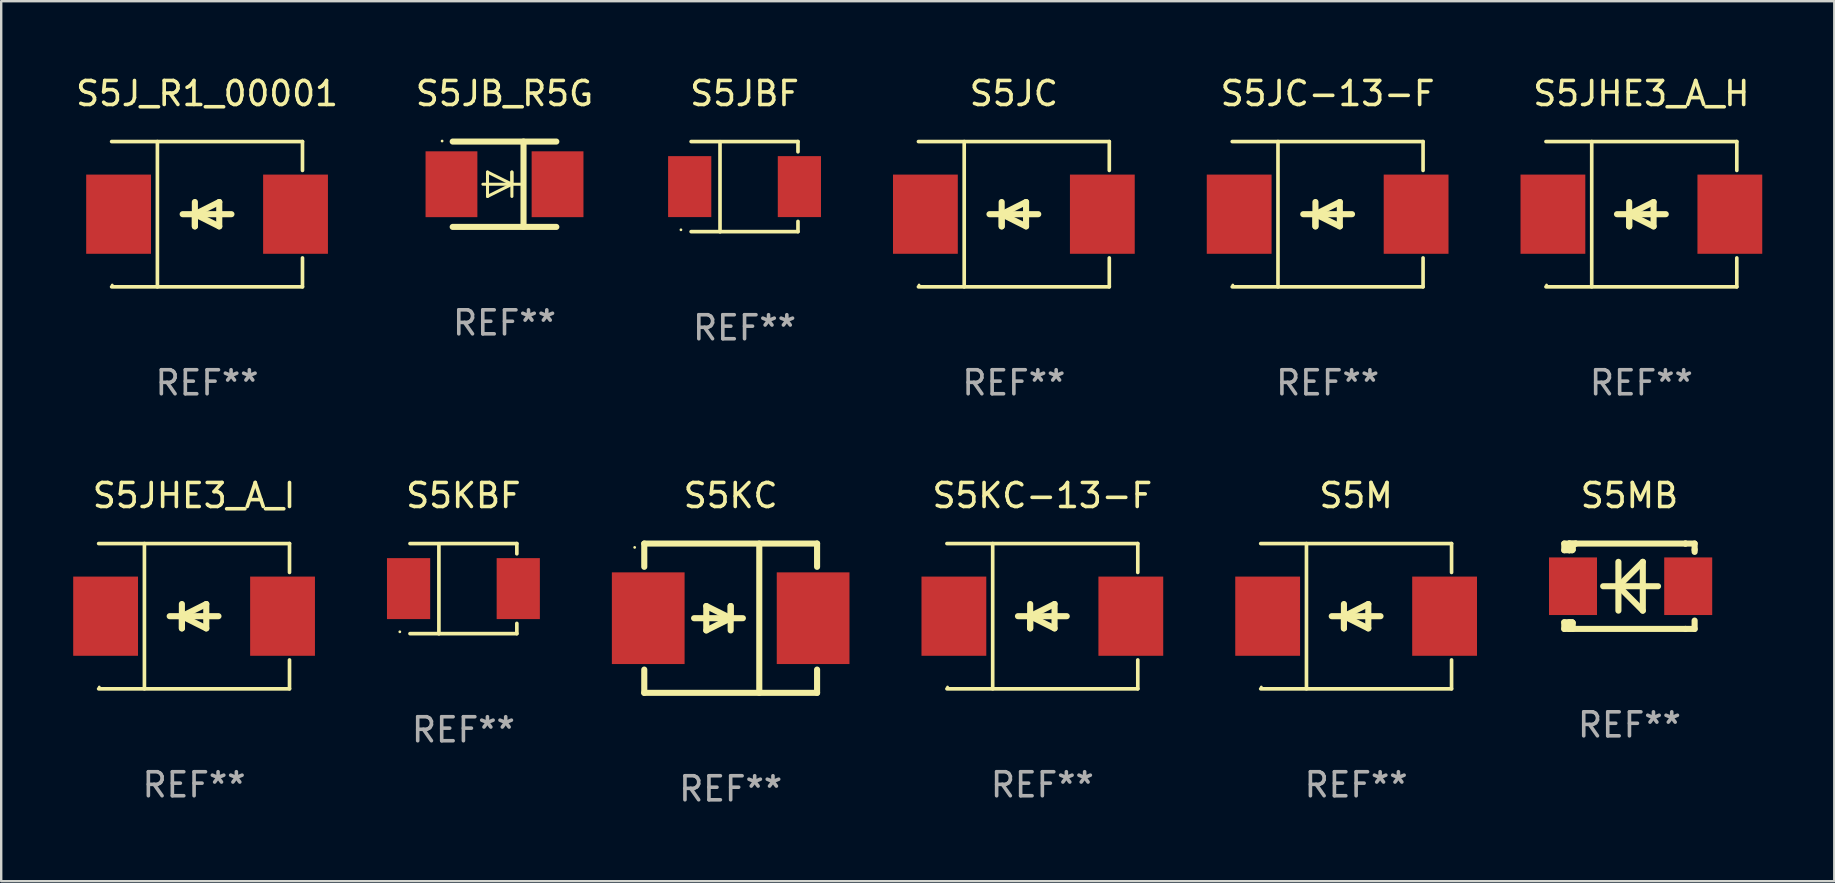
<source format=kicad_pcb>
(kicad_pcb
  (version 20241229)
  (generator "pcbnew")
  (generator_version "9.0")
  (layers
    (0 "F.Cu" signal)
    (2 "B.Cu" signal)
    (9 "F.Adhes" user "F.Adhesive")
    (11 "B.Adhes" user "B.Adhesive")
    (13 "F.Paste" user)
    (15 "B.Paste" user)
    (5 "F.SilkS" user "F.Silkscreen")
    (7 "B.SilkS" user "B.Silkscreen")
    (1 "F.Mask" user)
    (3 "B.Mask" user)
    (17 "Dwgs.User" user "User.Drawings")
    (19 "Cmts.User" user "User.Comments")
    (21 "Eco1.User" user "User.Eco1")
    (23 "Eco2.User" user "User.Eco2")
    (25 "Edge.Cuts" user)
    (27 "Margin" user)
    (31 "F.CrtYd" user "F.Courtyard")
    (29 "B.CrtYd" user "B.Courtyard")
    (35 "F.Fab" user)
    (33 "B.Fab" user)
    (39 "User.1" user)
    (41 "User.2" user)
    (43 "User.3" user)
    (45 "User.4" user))
  (footprint "S5JB_R5G"
    (layer "F.Cu")
    (at 17.97 4.626)
    (property "Reference" "S5JB_R5G" (at 0 -3.778 0) (layer "F.SilkS") (effects (font (size 1 1) (thickness 0.15))))
    (attr through_hole)
    (fp_line (start -2.159 -1.778) (end 2.159 -1.778) (stroke (width 0.254) (type solid)) (layer "F.SilkS"))
    (fp_line (start -0.9 0) (end 0.816 0) (stroke (width 0.127) (type solid)) (layer "F.SilkS"))
    (fp_line (start -0.708 -0.508) (end -0.708 0.508) (stroke (width 0.127) (type solid)) (layer "F.SilkS"))
    (fp_line (start -0.708 0.508) (end 0.308 0) (stroke (width 0.127) (type solid)) (layer "F.SilkS"))
    (fp_line (start 0.308 -0.508) (end 0.308 0.508) (stroke (width 0.127) (type solid)) (layer "F.SilkS"))
    (fp_line (start 0.308 0) (end -0.708 -0.508) (stroke (width 0.127) (type solid)) (layer "F.SilkS"))
    (fp_line (start 0.308 0) (end 0.308 -0.508) (stroke (width 0.127) (type solid)) (layer "F.SilkS"))
    (fp_line (start 0.792 -1.778) (end 0.792 1.778) (stroke (width 0.254) (type solid)) (layer "F.SilkS"))
    (fp_line (start 2.159 1.778) (end -2.159 1.778) (stroke (width 0.254) (type solid)) (layer "F.SilkS"))
    (fp_circle (center -2.6 -1.8) (end -2.57 -1.8) (stroke (width 0.06) (type solid)) (fill no) (layer "F.SilkS"))
    (fp_text user "REF**" (at 0 5.778 0) (layer "F.Fab") (effects (font (size 1 1) (thickness 0.15))))
    (pad "1" smd rect (at -2.21 0) (size 2.159 2.743) (layers "F.Cu" "F.Mask" "F.Paste"))
    (pad "2" smd rect (at 2.21 0) (size 2.159 2.743) (layers "F.Cu" "F.Mask" "F.Paste")))
  (footprint "S5KBF"
    (layer "F.Cu")
    (at 16.258 21.477)
    (property "Reference" "S5KBF" (at 0 -3.88 0) (layer "F.SilkS") (effects (font (size 1 1) (thickness 0.15))))
    (attr through_hole)
    (fp_line (start -2.226 -1.88) (end 2.226 -1.88) (stroke (width 0.152) (type solid)) (layer "F.SilkS"))
    (fp_line (start -2.226 1.873) (end 2.226 1.873) (stroke (width 0.152) (type solid)) (layer "F.SilkS"))
    (fp_line (start -1.022 -1.873) (end -1.022 1.88) (stroke (width 0.152) (type solid)) (layer "F.SilkS"))
    (fp_line (start 2.226 -1.88) (end 2.226 -1.453) (stroke (width 0.152) (type solid)) (layer "F.SilkS"))
    (fp_line (start 2.226 1.447) (end 2.226 1.873) (stroke (width 0.152) (type solid)) (layer "F.SilkS"))
    (fp_circle (center -2.65 1.797) (end -2.62 1.797) (stroke (width 0.06) (type solid)) (fill no) (layer "F.SilkS"))
    (fp_text user "REF**" (at 0 5.88 0) (layer "F.Fab") (effects (font (size 1 1) (thickness 0.15))))
    (pad "1" smd rect (at -2.285 -0.003) (size 1.8 2.54) (layers "F.Cu" "F.Mask" "F.Paste"))
    (pad "2" smd rect (at 2.285 -0.003) (size 1.8 2.54) (layers "F.Cu" "F.Mask" "F.Paste")))
  (footprint "S5MB"
    (layer "F.Cu")
    (at 64.84 21.375)
    (property "Reference" "S5MB" (at 0 -3.778 0) (layer "F.SilkS") (effects (font (size 1 1) (thickness 0.15))))
    (attr through_hole)
    (fp_line (start -2.715 -1.778) (end -2.715 -1.501) (stroke (width 0.254) (type solid)) (layer "F.SilkS"))
    (fp_line (start -2.715 -1.501) (end -2.505 -1.501) (stroke (width 0.254) (type solid)) (layer "F.SilkS"))
    (fp_line (start -2.715 1.501) (end -2.715 1.778) (stroke (width 0.254) (type solid)) (layer "F.SilkS"))
    (fp_line (start -2.715 1.501) (end -2.505 1.501) (stroke (width 0.254) (type solid)) (layer "F.SilkS"))
    (fp_line (start -2.715 1.778) (end -2.504 1.778) (stroke (width 0.254) (type solid)) (layer "F.SilkS"))
    (fp_line (start -2.505 -1.778) (end -2.715 -1.778) (stroke (width 0.254) (type solid)) (layer "F.SilkS"))
    (fp_line (start -2.505 -1.778) (end -2.238 -1.778) (stroke (width 0.254) (type solid)) (layer "F.SilkS"))
    (fp_line (start -2.505 -1.501) (end -2.505 -1.651) (stroke (width 0.254) (type solid)) (layer "F.SilkS"))
    (fp_line (start -2.505 -1.501) (end -2.388 -1.501) (stroke (width 0.254) (type solid)) (layer "F.SilkS"))
    (fp_line (start -2.505 1.501) (end -2.505 1.778) (stroke (width 0.254) (type solid)) (layer "F.SilkS"))
    (fp_line (start -2.505 1.501) (end -2.388 1.501) (stroke (width 0.254) (type solid)) (layer "F.SilkS"))
    (fp_line (start -2.388 1.501) (end -2.365 1.524) (stroke (width 0.254) (type solid)) (layer "F.SilkS"))
    (fp_line (start -2.388 -1.501) (end -2.365 -1.524) (stroke (width 0.254) (type solid)) (layer "F.SilkS"))
    (fp_line (start -2.365 -1.651) (end -2.505 -1.778) (stroke (width 0.254) (type solid)) (layer "F.SilkS"))
    (fp_line (start -2.365 -1.524) (end -2.365 -1.651) (stroke (width 0.254) (type solid)) (layer "F.SilkS"))
    (fp_line (start -2.365 1.524) (end -2.365 1.778) (stroke (width 0.254) (type solid)) (layer "F.SilkS"))
    (fp_line (start -2.239 -1.778) (end 2.333 -1.778) (stroke (width 0.254) (type solid)) (layer "F.SilkS"))
    (fp_line (start -2.238 -1.778) (end -2.505 -1.778) (stroke (width 0.254) (type solid)) (layer "F.SilkS"))
    (fp_line (start -1.095 0) (end 1.191 0) (stroke (width 0.254) (type solid)) (layer "F.SilkS"))
    (fp_line (start -0.46 -1.016) (end -0.46 1.016) (stroke (width 0.254) (type solid)) (layer "F.SilkS"))
    (fp_line (start -0.46 -0.000127) (end 0.556 1.016) (stroke (width 0.254) (type solid)) (layer "F.SilkS"))
    (fp_line (start 0.556 -1.016) (end 0.556 1.016) (stroke (width 0.254) (type solid)) (layer "F.SilkS"))
    (fp_line (start 0.556 -1.016) (end -0.46 -0.000127) (stroke (width 0.254) (type solid)) (layer "F.SilkS"))
    (fp_line (start 2.333 -1.778) (end 2.333 -1.778) (stroke (width 0.254) (type solid)) (layer "F.SilkS"))
    (fp_line (start 2.333 -1.778) (end 2.715 -1.778) (stroke (width 0.254) (type solid)) (layer "F.SilkS"))
    (fp_line (start 2.334 1.778) (end -2.504 1.778) (stroke (width 0.254) (type solid)) (layer "F.SilkS"))
    (fp_line (start 2.715 -1.778) (end 2.715 -1.524) (stroke (width 0.254) (type solid)) (layer "F.SilkS"))
    (fp_line (start 2.715 -1.524) (end 2.715 -1.431) (stroke (width 0.254) (type solid)) (layer "F.SilkS"))
    (fp_line (start 2.715 1.431) (end 2.715 1.778) (stroke (width 0.254) (type solid)) (layer "F.SilkS"))
    (fp_line (start 2.715 1.778) (end 2.334 1.778) (stroke (width 0.254) (type solid)) (layer "F.SilkS"))
    (fp_circle (center -2.602 1.8) (end -2.572 1.8) (stroke (width 0.06) (type solid)) (fill no) (layer "F.SilkS"))
    (fp_text user "REF**" (at 0 5.778 0) (layer "F.Fab") (effects (font (size 1 1) (thickness 0.15))))
    (pad "1" smd rect (at -2.352 -0.000076) (size 2 2.4) (layers "F.Cu" "F.Mask" "F.Paste"))
    (pad "2" smd rect (at 2.448 -0.000076) (size 2 2.4) (layers "F.Cu" "F.Mask" "F.Paste")))
  (footprint "S5J_R1_00001"
    (layer "F.Cu")
    (at 5.577 5.874)
    (property "Reference" "S5J_R1_00001" (at 0 -5.026 0) (layer "F.SilkS") (effects (font (size 1 1) (thickness 0.15))))
    (attr through_hole)
    (fp_line (start -3.976 -3.026) (end 3.976 -3.026) (stroke (width 0.152) (type solid)) (layer "F.SilkS"))
    (fp_line (start -3.976 3.026) (end 3.976 3.026) (stroke (width 0.152) (type solid)) (layer "F.SilkS"))
    (fp_line (start -2.069 -3.026) (end -2.069 3.026) (stroke (width 0.152) (type solid)) (layer "F.SilkS"))
    (fp_line (start -0.508 0) (end -0.508 0.508) (stroke (width 0.254) (type solid)) (layer "F.SilkS"))
    (fp_line (start -0.508 0) (end 0.508 0.508) (stroke (width 0.254) (type solid)) (layer "F.SilkS"))
    (fp_line (start -0.508 0.508) (end -0.508 -0.508) (stroke (width 0.254) (type solid)) (layer "F.SilkS"))
    (fp_line (start 0.508 -0.508) (end -0.508 0) (stroke (width 0.254) (type solid)) (layer "F.SilkS"))
    (fp_line (start 0.508 0.508) (end 0.508 -0.508) (stroke (width 0.254) (type solid)) (layer "F.SilkS"))
    (fp_line (start 1.016 0) (end -1.016 0) (stroke (width 0.254) (type solid)) (layer "F.SilkS"))
    (fp_line (start 3.976 -3.026) (end 3.976 -1.823) (stroke (width 0.152) (type solid)) (layer "F.SilkS"))
    (fp_line (start 3.976 3.026) (end 3.976 1.823) (stroke (width 0.152) (type solid)) (layer "F.SilkS"))
    (fp_circle (center -3.95 2.95) (end -3.92 2.95) (stroke (width 0.06) (type solid)) (fill no) (layer "F.SilkS"))
    (fp_text user "REF**" (at 0 7.026 0) (layer "F.Fab") (effects (font (size 1 1) (thickness 0.15))))
    (pad "1" smd rect (at -3.686 0) (size 2.7 3.3) (layers "F.Cu" "F.Mask" "F.Paste"))
    (pad "2" smd rect (at 3.686 0) (size 2.7 3.3) (layers "F.Cu" "F.Mask" "F.Paste")))
  (footprint "S5KC"
    (layer "F.Cu")
    (at 27.393 22.707)
    (property "Reference" "S5KC" (at 0 -5.11 0) (layer "F.SilkS") (effects (font (size 1 1) (thickness 0.15))))
    (attr through_hole)
    (fp_line (start -3.6 -2.141) (end -3.6 -3.11) (stroke (width 0.254) (type solid)) (layer "F.SilkS"))
    (fp_line (start -3.6 3.11) (end -3.6 2.141) (stroke (width 0.254) (type solid)) (layer "F.SilkS"))
    (fp_line (start -1.524 0) (end 0.508 0) (stroke (width 0.254) (type solid)) (layer "F.SilkS"))
    (fp_line (start -1.016 -0.508) (end -1.016 0.508) (stroke (width 0.254) (type solid)) (layer "F.SilkS"))
    (fp_line (start -1.016 0.508) (end 0 0) (stroke (width 0.254) (type solid)) (layer "F.SilkS"))
    (fp_line (start 0 -0.508) (end 0 0.508) (stroke (width 0.254) (type solid)) (layer "F.SilkS"))
    (fp_line (start 0 0) (end -1.016 -0.508) (stroke (width 0.254) (type solid)) (layer "F.SilkS"))
    (fp_line (start 0 0) (end 0 -0.508) (stroke (width 0.254) (type solid)) (layer "F.SilkS"))
    (fp_line (start 1.192 3.11) (end 1.192 -3.11) (stroke (width 0.254) (type solid)) (layer "F.SilkS"))
    (fp_line (start 3.6 -3.11) (end -3.6 -3.11) (stroke (width 0.254) (type solid)) (layer "F.SilkS"))
    (fp_line (start 3.6 -2.141) (end 3.6 -3.11) (stroke (width 0.254) (type solid)) (layer "F.SilkS"))
    (fp_line (start 3.6 3.11) (end -3.6 3.11) (stroke (width 0.254) (type solid)) (layer "F.SilkS"))
    (fp_line (start 3.6 3.11) (end 3.6 2.141) (stroke (width 0.254) (type solid)) (layer "F.SilkS"))
    (fp_circle (center -4 -2.95) (end -3.97 -2.95) (stroke (width 0.06) (type solid)) (fill no) (layer "F.SilkS"))
    (fp_text user "REF**" (at 0 7.11 0) (layer "F.Fab") (effects (font (size 1 1) (thickness 0.15))))
    (pad "1" smd rect (at -3.435 0) (size 3.03 3.82) (layers "F.Cu" "F.Mask" "F.Paste"))
    (pad "2" smd rect (at 3.435 0) (size 3.03 3.82) (layers "F.Cu" "F.Mask" "F.Paste")))
  (footprint "S5JC-13-F"
    (layer "F.Cu")
    (at 52.265 5.874)
    (property "Reference" "S5JC-13-F" (at 0 -5.026 0) (layer "F.SilkS") (effects (font (size 1 1) (thickness 0.15))))
    (attr through_hole)
    (fp_line (start -3.976 -3.026) (end 3.976 -3.026) (stroke (width 0.152) (type solid)) (layer "F.SilkS"))
    (fp_line (start -3.976 3.026) (end 3.976 3.026) (stroke (width 0.152) (type solid)) (layer "F.SilkS"))
    (fp_line (start -2.069 -3.026) (end -2.069 3.026) (stroke (width 0.152) (type solid)) (layer "F.SilkS"))
    (fp_line (start -0.508 0) (end -0.508 0.508) (stroke (width 0.254) (type solid)) (layer "F.SilkS"))
    (fp_line (start -0.508 0) (end 0.508 0.508) (stroke (width 0.254) (type solid)) (layer "F.SilkS"))
    (fp_line (start -0.508 0.508) (end -0.508 -0.508) (stroke (width 0.254) (type solid)) (layer "F.SilkS"))
    (fp_line (start 0.508 -0.508) (end -0.508 0) (stroke (width 0.254) (type solid)) (layer "F.SilkS"))
    (fp_line (start 0.508 0.508) (end 0.508 -0.508) (stroke (width 0.254) (type solid)) (layer "F.SilkS"))
    (fp_line (start 1.016 0) (end -1.016 0) (stroke (width 0.254) (type solid)) (layer "F.SilkS"))
    (fp_line (start 3.976 -3.026) (end 3.976 -1.823) (stroke (width 0.152) (type solid)) (layer "F.SilkS"))
    (fp_line (start 3.976 3.026) (end 3.976 1.823) (stroke (width 0.152) (type solid)) (layer "F.SilkS"))
    (fp_circle (center -3.95 2.95) (end -3.92 2.95) (stroke (width 0.06) (type solid)) (fill no) (layer "F.SilkS"))
    (fp_text user "REF**" (at 0 7.026 0) (layer "F.Fab") (effects (font (size 1 1) (thickness 0.15))))
    (pad "1" smd rect (at -3.686 0) (size 2.7 3.3) (layers "F.Cu" "F.Mask" "F.Paste"))
    (pad "2" smd rect (at 3.686 0) (size 2.7 3.3) (layers "F.Cu" "F.Mask" "F.Paste")))
  (footprint "S5JHE3_A_I"
    (layer "F.Cu")
    (at 5.036 22.623)
    (property "Reference" "S5JHE3_A_I" (at 0 -5.026 0) (layer "F.SilkS") (effects (font (size 1 1) (thickness 0.15))))
    (attr through_hole)
    (fp_line (start -3.976 -3.026) (end 3.976 -3.026) (stroke (width 0.152) (type solid)) (layer "F.SilkS"))
    (fp_line (start -3.976 3.026) (end 3.976 3.026) (stroke (width 0.152) (type solid)) (layer "F.SilkS"))
    (fp_line (start -2.069 -3.026) (end -2.069 3.026) (stroke (width 0.152) (type solid)) (layer "F.SilkS"))
    (fp_line (start -0.508 0) (end -0.508 0.508) (stroke (width 0.254) (type solid)) (layer "F.SilkS"))
    (fp_line (start -0.508 0) (end 0.508 0.508) (stroke (width 0.254) (type solid)) (layer "F.SilkS"))
    (fp_line (start -0.508 0.508) (end -0.508 -0.508) (stroke (width 0.254) (type solid)) (layer "F.SilkS"))
    (fp_line (start 0.508 -0.508) (end -0.508 0) (stroke (width 0.254) (type solid)) (layer "F.SilkS"))
    (fp_line (start 0.508 0.508) (end 0.508 -0.508) (stroke (width 0.254) (type solid)) (layer "F.SilkS"))
    (fp_line (start 1.016 0) (end -1.016 0) (stroke (width 0.254) (type solid)) (layer "F.SilkS"))
    (fp_line (start 3.976 -3.026) (end 3.976 -1.823) (stroke (width 0.152) (type solid)) (layer "F.SilkS"))
    (fp_line (start 3.976 3.026) (end 3.976 1.823) (stroke (width 0.152) (type solid)) (layer "F.SilkS"))
    (fp_circle (center -3.95 2.95) (end -3.92 2.95) (stroke (width 0.06) (type solid)) (fill no) (layer "F.SilkS"))
    (fp_text user "REF**" (at 0 7.026 0) (layer "F.Fab") (effects (font (size 1 1) (thickness 0.15))))
    (pad "1" smd rect (at -3.686 0) (size 2.7 3.3) (layers "F.Cu" "F.Mask" "F.Paste"))
    (pad "2" smd rect (at 3.686 0) (size 2.7 3.3) (layers "F.Cu" "F.Mask" "F.Paste")))
  (footprint "S5JBF"
    (layer "F.Cu")
    (at 27.971 4.728)
    (property "Reference" "S5JBF" (at 0 -3.88 0) (layer "F.SilkS") (effects (font (size 1 1) (thickness 0.15))))
    (attr through_hole)
    (fp_line (start -2.226 -1.88) (end 2.226 -1.88) (stroke (width 0.152) (type solid)) (layer "F.SilkS"))
    (fp_line (start -2.226 1.873) (end 2.226 1.873) (stroke (width 0.152) (type solid)) (layer "F.SilkS"))
    (fp_line (start -1.022 -1.873) (end -1.022 1.88) (stroke (width 0.152) (type solid)) (layer "F.SilkS"))
    (fp_line (start 2.226 -1.88) (end 2.226 -1.453) (stroke (width 0.152) (type solid)) (layer "F.SilkS"))
    (fp_line (start 2.226 1.447) (end 2.226 1.873) (stroke (width 0.152) (type solid)) (layer "F.SilkS"))
    (fp_circle (center -2.65 1.797) (end -2.62 1.797) (stroke (width 0.06) (type solid)) (fill no) (layer "F.SilkS"))
    (fp_text user "REF**" (at 0 5.88 0) (layer "F.Fab") (effects (font (size 1 1) (thickness 0.15))))
    (pad "1" smd rect (at -2.285 -0.003) (size 1.8 2.54) (layers "F.Cu" "F.Mask" "F.Paste"))
    (pad "2" smd rect (at 2.285 -0.003) (size 1.8 2.54) (layers "F.Cu" "F.Mask" "F.Paste")))
  (footprint "S5KC-13-F"
    (layer "F.Cu")
    (at 40.379 22.623)
    (property "Reference" "S5KC-13-F" (at 0 -5.026 0) (layer "F.SilkS") (effects (font (size 1 1) (thickness 0.15))))
    (attr through_hole)
    (fp_line (start -3.976 -3.026) (end 3.976 -3.026) (stroke (width 0.152) (type solid)) (layer "F.SilkS"))
    (fp_line (start -3.976 3.026) (end 3.976 3.026) (stroke (width 0.152) (type solid)) (layer "F.SilkS"))
    (fp_line (start -2.069 -3.026) (end -2.069 3.026) (stroke (width 0.152) (type solid)) (layer "F.SilkS"))
    (fp_line (start -0.508 0) (end -0.508 0.508) (stroke (width 0.254) (type solid)) (layer "F.SilkS"))
    (fp_line (start -0.508 0) (end 0.508 0.508) (stroke (width 0.254) (type solid)) (layer "F.SilkS"))
    (fp_line (start -0.508 0.508) (end -0.508 -0.508) (stroke (width 0.254) (type solid)) (layer "F.SilkS"))
    (fp_line (start 0.508 -0.508) (end -0.508 0) (stroke (width 0.254) (type solid)) (layer "F.SilkS"))
    (fp_line (start 0.508 0.508) (end 0.508 -0.508) (stroke (width 0.254) (type solid)) (layer "F.SilkS"))
    (fp_line (start 1.016 0) (end -1.016 0) (stroke (width 0.254) (type solid)) (layer "F.SilkS"))
    (fp_line (start 3.976 -3.026) (end 3.976 -1.823) (stroke (width 0.152) (type solid)) (layer "F.SilkS"))
    (fp_line (start 3.976 3.026) (end 3.976 1.823) (stroke (width 0.152) (type solid)) (layer "F.SilkS"))
    (fp_circle (center -3.95 2.95) (end -3.92 2.95) (stroke (width 0.06) (type solid)) (fill no) (layer "F.SilkS"))
    (fp_text user "REF**" (at 0 7.026 0) (layer "F.Fab") (effects (font (size 1 1) (thickness 0.15))))
    (pad "1" smd rect (at -3.686 0) (size 2.7 3.3) (layers "F.Cu" "F.Mask" "F.Paste"))
    (pad "2" smd rect (at 3.686 0) (size 2.7 3.3) (layers "F.Cu" "F.Mask" "F.Paste")))
  (footprint "S5JHE3_A_H"
    (layer "F.Cu")
    (at 65.337 5.874)
    (property "Reference" "S5JHE3_A_H" (at 0 -5.026 0) (layer "F.SilkS") (effects (font (size 1 1) (thickness 0.15))))
    (attr through_hole)
    (fp_line (start -3.976 -3.026) (end 3.976 -3.026) (stroke (width 0.152) (type solid)) (layer "F.SilkS"))
    (fp_line (start -3.976 3.026) (end 3.976 3.026) (stroke (width 0.152) (type solid)) (layer "F.SilkS"))
    (fp_line (start -2.069 -3.026) (end -2.069 3.026) (stroke (width 0.152) (type solid)) (layer "F.SilkS"))
    (fp_line (start -0.508 0) (end -0.508 0.508) (stroke (width 0.254) (type solid)) (layer "F.SilkS"))
    (fp_line (start -0.508 0) (end 0.508 0.508) (stroke (width 0.254) (type solid)) (layer "F.SilkS"))
    (fp_line (start -0.508 0.508) (end -0.508 -0.508) (stroke (width 0.254) (type solid)) (layer "F.SilkS"))
    (fp_line (start 0.508 -0.508) (end -0.508 0) (stroke (width 0.254) (type solid)) (layer "F.SilkS"))
    (fp_line (start 0.508 0.508) (end 0.508 -0.508) (stroke (width 0.254) (type solid)) (layer "F.SilkS"))
    (fp_line (start 1.016 0) (end -1.016 0) (stroke (width 0.254) (type solid)) (layer "F.SilkS"))
    (fp_line (start 3.976 -3.026) (end 3.976 -1.823) (stroke (width 0.152) (type solid)) (layer "F.SilkS"))
    (fp_line (start 3.976 3.026) (end 3.976 1.823) (stroke (width 0.152) (type solid)) (layer "F.SilkS"))
    (fp_circle (center -3.95 2.95) (end -3.92 2.95) (stroke (width 0.06) (type solid)) (fill no) (layer "F.SilkS"))
    (fp_text user "REF**" (at 0 7.026 0) (layer "F.Fab") (effects (font (size 1 1) (thickness 0.15))))
    (pad "1" smd rect (at -3.686 0) (size 2.7 3.3) (layers "F.Cu" "F.Mask" "F.Paste"))
    (pad "2" smd rect (at 3.686 0) (size 2.7 3.3) (layers "F.Cu" "F.Mask" "F.Paste")))
  (footprint "S5M"
    (layer "F.Cu")
    (at 53.452 22.623)
    (property "Reference" "S5M" (at 0 -5.026 0) (layer "F.SilkS") (effects (font (size 1 1) (thickness 0.15))))
    (attr through_hole)
    (fp_line (start -3.976 -3.026) (end 3.976 -3.026) (stroke (width 0.152) (type solid)) (layer "F.SilkS"))
    (fp_line (start -3.976 3.026) (end 3.976 3.026) (stroke (width 0.152) (type solid)) (layer "F.SilkS"))
    (fp_line (start -2.069 -3.026) (end -2.069 3.026) (stroke (width 0.152) (type solid)) (layer "F.SilkS"))
    (fp_line (start -0.508 0) (end -0.508 0.508) (stroke (width 0.254) (type solid)) (layer "F.SilkS"))
    (fp_line (start -0.508 0) (end 0.508 0.508) (stroke (width 0.254) (type solid)) (layer "F.SilkS"))
    (fp_line (start -0.508 0.508) (end -0.508 -0.508) (stroke (width 0.254) (type solid)) (layer "F.SilkS"))
    (fp_line (start 0.508 -0.508) (end -0.508 0) (stroke (width 0.254) (type solid)) (layer "F.SilkS"))
    (fp_line (start 0.508 0.508) (end 0.508 -0.508) (stroke (width 0.254) (type solid)) (layer "F.SilkS"))
    (fp_line (start 1.016 0) (end -1.016 0) (stroke (width 0.254) (type solid)) (layer "F.SilkS"))
    (fp_line (start 3.976 -3.026) (end 3.976 -1.823) (stroke (width 0.152) (type solid)) (layer "F.SilkS"))
    (fp_line (start 3.976 3.026) (end 3.976 1.823) (stroke (width 0.152) (type solid)) (layer "F.SilkS"))
    (fp_circle (center -3.95 2.95) (end -3.92 2.95) (stroke (width 0.06) (type solid)) (fill no) (layer "F.SilkS"))
    (fp_text user "REF**" (at 0 7.026 0) (layer "F.Fab") (effects (font (size 1 1) (thickness 0.15))))
    (pad "1" smd rect (at -3.686 0) (size 2.7 3.3) (layers "F.Cu" "F.Mask" "F.Paste"))
    (pad "2" smd rect (at 3.686 0) (size 2.7 3.3) (layers "F.Cu" "F.Mask" "F.Paste")))
  (footprint "S5JC"
    (layer "F.Cu")
    (at 39.192 5.874)
    (property "Reference" "S5JC" (at 0 -5.026 0) (layer "F.SilkS") (effects (font (size 1 1) (thickness 0.15))))
    (attr through_hole)
    (fp_line (start -3.976 -3.026) (end 3.976 -3.026) (stroke (width 0.152) (type solid)) (layer "F.SilkS"))
    (fp_line (start -3.976 3.026) (end 3.976 3.026) (stroke (width 0.152) (type solid)) (layer "F.SilkS"))
    (fp_line (start -2.069 -3.026) (end -2.069 3.026) (stroke (width 0.152) (type solid)) (layer "F.SilkS"))
    (fp_line (start -0.508 0) (end -0.508 0.508) (stroke (width 0.254) (type solid)) (layer "F.SilkS"))
    (fp_line (start -0.508 0) (end 0.508 0.508) (stroke (width 0.254) (type solid)) (layer "F.SilkS"))
    (fp_line (start -0.508 0.508) (end -0.508 -0.508) (stroke (width 0.254) (type solid)) (layer "F.SilkS"))
    (fp_line (start 0.508 -0.508) (end -0.508 0) (stroke (width 0.254) (type solid)) (layer "F.SilkS"))
    (fp_line (start 0.508 0.508) (end 0.508 -0.508) (stroke (width 0.254) (type solid)) (layer "F.SilkS"))
    (fp_line (start 1.016 0) (end -1.016 0) (stroke (width 0.254) (type solid)) (layer "F.SilkS"))
    (fp_line (start 3.976 -3.026) (end 3.976 -1.823) (stroke (width 0.152) (type solid)) (layer "F.SilkS"))
    (fp_line (start 3.976 3.026) (end 3.976 1.823) (stroke (width 0.152) (type solid)) (layer "F.SilkS"))
    (fp_circle (center -3.95 2.95) (end -3.92 2.95) (stroke (width 0.06) (type solid)) (fill no) (layer "F.SilkS"))
    (fp_text user "REF**" (at 0 7.026 0) (layer "F.Fab") (effects (font (size 1 1) (thickness 0.15))))
    (pad "1" smd rect (at -3.686 0) (size 2.7 3.3) (layers "F.Cu" "F.Mask" "F.Paste"))
    (pad "2" smd rect (at 3.686 0) (size 2.7 3.3) (layers "F.Cu" "F.Mask" "F.Paste")))
  (gr_rect
    (start -3 -3)
    (end 73.374 33.665)
    (stroke (width 0.1) (type default))
    (fill no)
    (layer "Edge.Cuts")))
</source>
